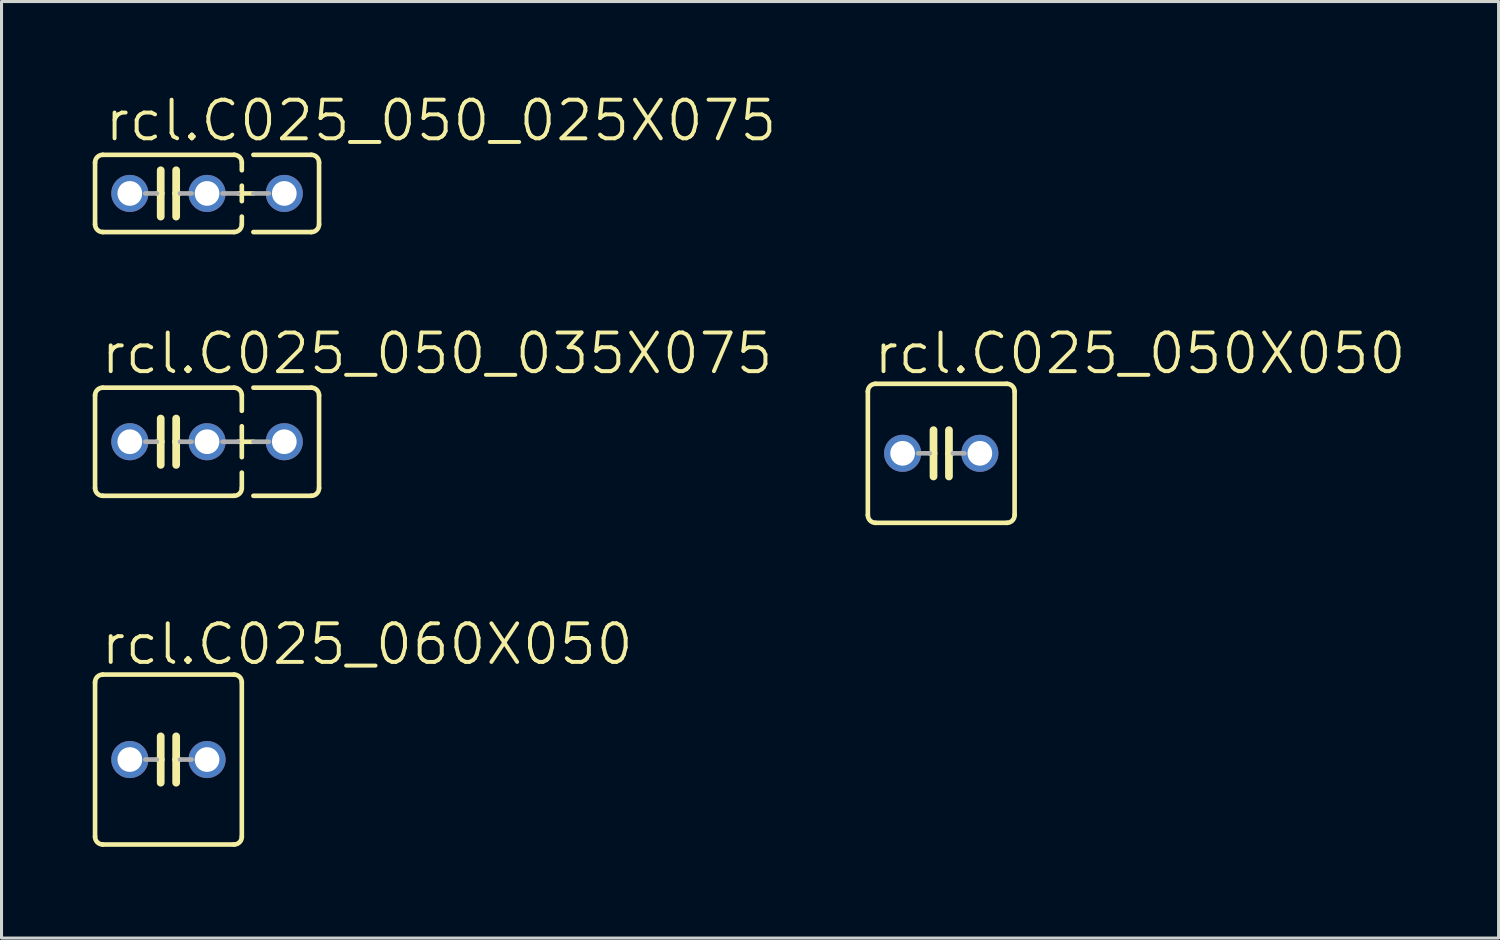
<source format=kicad_pcb>
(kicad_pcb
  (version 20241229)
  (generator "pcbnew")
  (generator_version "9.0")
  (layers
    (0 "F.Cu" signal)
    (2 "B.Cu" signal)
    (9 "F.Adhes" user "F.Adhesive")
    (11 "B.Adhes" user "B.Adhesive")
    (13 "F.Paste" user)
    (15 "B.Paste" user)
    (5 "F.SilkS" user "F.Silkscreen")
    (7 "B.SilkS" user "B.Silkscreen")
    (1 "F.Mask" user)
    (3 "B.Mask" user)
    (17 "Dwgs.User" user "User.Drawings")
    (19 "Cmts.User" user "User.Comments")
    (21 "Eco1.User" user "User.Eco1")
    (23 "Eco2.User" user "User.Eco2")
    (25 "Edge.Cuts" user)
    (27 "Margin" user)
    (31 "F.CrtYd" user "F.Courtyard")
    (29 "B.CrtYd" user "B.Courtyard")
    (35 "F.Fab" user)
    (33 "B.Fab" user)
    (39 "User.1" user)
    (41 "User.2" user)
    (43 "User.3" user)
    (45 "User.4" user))
  (footprint "rcl.C025_060X050"
    (layer "F.Cu")
    (at 2.489 21.927)
    (property "Reference" "rcl.C025_060X050" (at -2.286 -3.048 0) (layer "F.SilkS") (effects (font (size 1.27 1.27) (thickness 0.13)) (justify left bottom)))
    (attr through_hole)
    (fp_line (start -2.413 -2.54) (end -2.413 2.54) (stroke (width 0.152) (type default)) (layer "F.SilkS"))
    (fp_line (start -2.159 -2.794) (end 2.159 -2.794) (stroke (width 0.152) (type default)) (layer "F.SilkS"))
    (fp_line (start -0.254 -0.762) (end -0.254 0) (stroke (width 0.254) (type default)) (layer "F.SilkS"))
    (fp_line (start -0.254 0) (end -0.381 0) (stroke (width 0.152) (type default)) (layer "F.SilkS"))
    (fp_line (start -0.254 0) (end -0.254 0.762) (stroke (width 0.254) (type default)) (layer "F.SilkS"))
    (fp_line (start 0.254 0) (end 0.254 -0.762) (stroke (width 0.254) (type default)) (layer "F.SilkS"))
    (fp_line (start 0.254 0) (end 0.254 0.762) (stroke (width 0.254) (type default)) (layer "F.SilkS"))
    (fp_line (start 0.381 0) (end 0.254 0) (stroke (width 0.152) (type default)) (layer "F.SilkS"))
    (fp_line (start 2.159 2.794) (end -2.159 2.794) (stroke (width 0.152) (type default)) (layer "F.SilkS"))
    (fp_line (start 2.413 -2.54) (end 2.413 2.54) (stroke (width 0.152) (type default)) (layer "F.SilkS"))
    (fp_arc (start -2.413 -2.54) (mid -2.338605 -2.719605) (end -2.159 -2.794) (stroke (width 0.1524) (type default)) (layer "F.SilkS"))
    (fp_arc (start -2.159 2.794) (mid -2.338605 2.719605) (end -2.413 2.54) (stroke (width 0.1524) (type default)) (layer "F.SilkS"))
    (fp_arc (start 2.159 -2.794) (mid 2.338605 -2.719605) (end 2.413 -2.54) (stroke (width 0.1524) (type default)) (layer "F.SilkS"))
    (fp_arc (start 2.413 2.54) (mid 2.338605 2.719605) (end 2.159 2.794) (stroke (width 0.1524) (type default)) (layer "F.SilkS"))
    (fp_line (start -0.381 0) (end -0.762 0) (stroke (width 0.152) (type default)) (layer "F.Fab"))
    (fp_line (start 0.762 0) (end 0.381 0) (stroke (width 0.152) (type default)) (layer "F.Fab"))
    (pad "1" thru_hole circle (at -1.27 0) (size 1.219 1.219) (drill 0.813) (layers "*.Cu" "*.Mask"))
    (pad "2" thru_hole circle (at 1.27 0) (size 1.219 1.219) (drill 0.813) (layers "*.Cu" "*.Mask")))
  (footprint "rcl.C025_050_025X075"
    (layer "F.Cu")
    (at 2.489 3.311)
    (property "Reference" "rcl.C025_050_025X075" (at -2.159 -1.651 0) (layer "F.SilkS") (effects (font (size 1.27 1.27) (thickness 0.13)) (justify left bottom)))
    (attr through_hole)
    (fp_line (start -2.413 -1.016) (end -2.413 1.016) (stroke (width 0.152) (type default)) (layer "F.SilkS"))
    (fp_line (start -2.159 -1.27) (end 2.159 -1.27) (stroke (width 0.152) (type default)) (layer "F.SilkS"))
    (fp_line (start -0.254 -0.762) (end -0.254 0) (stroke (width 0.254) (type default)) (layer "F.SilkS"))
    (fp_line (start -0.254 0) (end -0.381 0) (stroke (width 0.152) (type default)) (layer "F.SilkS"))
    (fp_line (start -0.254 0) (end -0.254 0.762) (stroke (width 0.254) (type default)) (layer "F.SilkS"))
    (fp_line (start 0.254 0) (end 0.254 -0.762) (stroke (width 0.254) (type default)) (layer "F.SilkS"))
    (fp_line (start 0.254 0) (end 0.254 0.762) (stroke (width 0.254) (type default)) (layer "F.SilkS"))
    (fp_line (start 0.381 0) (end 0.254 0) (stroke (width 0.152) (type default)) (layer "F.SilkS"))
    (fp_line (start 2.159 1.27) (end -2.159 1.27) (stroke (width 0.152) (type default)) (layer "F.SilkS"))
    (fp_line (start 2.286 0) (end 2.794 0) (stroke (width 0.152) (type default)) (layer "F.SilkS"))
    (fp_line (start 2.413 -1.016) (end 2.413 -0.762) (stroke (width 0.152) (type default)) (layer "F.SilkS"))
    (fp_line (start 2.413 -0.254) (end 2.413 0.254) (stroke (width 0.152) (type default)) (layer "F.SilkS"))
    (fp_line (start 2.413 0.762) (end 2.413 1.016) (stroke (width 0.152) (type default)) (layer "F.SilkS"))
    (fp_line (start 2.794 -1.27) (end 4.699 -1.27) (stroke (width 0.152) (type default)) (layer "F.SilkS"))
    (fp_line (start 4.699 1.27) (end 2.794 1.27) (stroke (width 0.152) (type default)) (layer "F.SilkS"))
    (fp_line (start 4.953 -1.016) (end 4.953 1.016) (stroke (width 0.152) (type default)) (layer "F.SilkS"))
    (fp_arc (start -2.413 -1.016) (mid -2.338605 -1.195605) (end -2.159 -1.27) (stroke (width 0.1524) (type default)) (layer "F.SilkS"))
    (fp_arc (start -2.159 1.27) (mid -2.338605 1.195605) (end -2.413 1.016) (stroke (width 0.1524) (type default)) (layer "F.SilkS"))
    (fp_arc (start 2.159 -1.27) (mid 2.338605 -1.195605) (end 2.413 -1.016) (stroke (width 0.1524) (type default)) (layer "F.SilkS"))
    (fp_arc (start 2.413 1.016) (mid 2.338605 1.195605) (end 2.159 1.27) (stroke (width 0.1524) (type default)) (layer "F.SilkS"))
    (fp_arc (start 4.699 -1.27) (mid 4.878605 -1.195605) (end 4.953 -1.016) (stroke (width 0.1524) (type default)) (layer "F.SilkS"))
    (fp_arc (start 4.953 1.016) (mid 4.878605 1.195605) (end 4.699 1.27) (stroke (width 0.1524) (type default)) (layer "F.SilkS"))
    (fp_line (start -0.381 0) (end -0.762 0) (stroke (width 0.152) (type default)) (layer "F.Fab"))
    (fp_line (start 0.762 0) (end 0.381 0) (stroke (width 0.152) (type default)) (layer "F.Fab"))
    (fp_line (start 1.778 0) (end 2.286 0) (stroke (width 0.152) (type default)) (layer "F.Fab"))
    (fp_line (start 2.794 0) (end 3.302 0) (stroke (width 0.152) (type default)) (layer "F.Fab"))
    (pad "1" thru_hole circle (at -1.27 0) (size 1.219 1.219) (drill 0.813) (layers "*.Cu" "*.Mask"))
    (pad "2" thru_hole circle (at 1.27 0) (size 1.219 1.219) (drill 0.813) (layers "*.Cu" "*.Mask"))
    (pad "3" thru_hole circle (at 3.81 0) (size 1.219 1.219) (drill 0.813) (layers "*.Cu" "*.Mask")))
  (footprint "rcl.C025_050X050"
    (layer "F.Cu")
    (at 27.902 11.857)
    (property "Reference" "rcl.C025_050X050" (at -2.286 -2.54 0) (layer "F.SilkS") (effects (font (size 1.27 1.27) (thickness 0.13)) (justify left bottom)))
    (attr through_hole)
    (fp_line (start -2.413 -2.032) (end -2.413 2.032) (stroke (width 0.152) (type default)) (layer "F.SilkS"))
    (fp_line (start -2.159 -2.286) (end 2.159 -2.286) (stroke (width 0.152) (type default)) (layer "F.SilkS"))
    (fp_line (start -0.254 -0.762) (end -0.254 0) (stroke (width 0.254) (type default)) (layer "F.SilkS"))
    (fp_line (start -0.254 0) (end -0.381 0) (stroke (width 0.152) (type default)) (layer "F.SilkS"))
    (fp_line (start -0.254 0) (end -0.254 0.762) (stroke (width 0.254) (type default)) (layer "F.SilkS"))
    (fp_line (start 0.254 0) (end 0.254 -0.762) (stroke (width 0.254) (type default)) (layer "F.SilkS"))
    (fp_line (start 0.254 0) (end 0.254 0.762) (stroke (width 0.254) (type default)) (layer "F.SilkS"))
    (fp_line (start 0.381 0) (end 0.254 0) (stroke (width 0.152) (type default)) (layer "F.SilkS"))
    (fp_line (start 2.159 2.286) (end -2.159 2.286) (stroke (width 0.152) (type default)) (layer "F.SilkS"))
    (fp_line (start 2.413 -2.032) (end 2.413 2.032) (stroke (width 0.152) (type default)) (layer "F.SilkS"))
    (fp_arc (start -2.413 -2.032) (mid -2.338605 -2.211605) (end -2.159 -2.286) (stroke (width 0.1524) (type default)) (layer "F.SilkS"))
    (fp_arc (start -2.159 2.286) (mid -2.338605 2.211605) (end -2.413 2.032) (stroke (width 0.1524) (type default)) (layer "F.SilkS"))
    (fp_arc (start 2.159 -2.286) (mid 2.338605 -2.211605) (end 2.413 -2.032) (stroke (width 0.1524) (type default)) (layer "F.SilkS"))
    (fp_arc (start 2.413 2.032) (mid 2.338605 2.211605) (end 2.159 2.286) (stroke (width 0.1524) (type default)) (layer "F.SilkS"))
    (fp_line (start -0.381 0) (end -0.762 0) (stroke (width 0.152) (type default)) (layer "F.Fab"))
    (fp_line (start 0.762 0) (end 0.381 0) (stroke (width 0.152) (type default)) (layer "F.Fab"))
    (pad "1" thru_hole circle (at -1.27 0) (size 1.219 1.219) (drill 0.813) (layers "*.Cu" "*.Mask"))
    (pad "2" thru_hole circle (at 1.27 0) (size 1.219 1.219) (drill 0.813) (layers "*.Cu" "*.Mask")))
  (footprint "rcl.C025_050_035X075"
    (layer "F.Cu")
    (at 2.489 11.476)
    (property "Reference" "rcl.C025_050_035X075" (at -2.286 -2.159 0) (layer "F.SilkS") (effects (font (size 1.27 1.27) (thickness 0.13)) (justify left bottom)))
    (attr through_hole)
    (fp_line (start -2.413 -1.524) (end -2.413 1.524) (stroke (width 0.152) (type default)) (layer "F.SilkS"))
    (fp_line (start -2.159 -1.778) (end 2.159 -1.778) (stroke (width 0.152) (type default)) (layer "F.SilkS"))
    (fp_line (start -0.254 -0.762) (end -0.254 0) (stroke (width 0.254) (type default)) (layer "F.SilkS"))
    (fp_line (start -0.254 0) (end -0.381 0) (stroke (width 0.152) (type default)) (layer "F.SilkS"))
    (fp_line (start -0.254 0) (end -0.254 0.762) (stroke (width 0.254) (type default)) (layer "F.SilkS"))
    (fp_line (start 0.254 0) (end 0.254 -0.762) (stroke (width 0.254) (type default)) (layer "F.SilkS"))
    (fp_line (start 0.254 0) (end 0.254 0.762) (stroke (width 0.254) (type default)) (layer "F.SilkS"))
    (fp_line (start 0.381 0) (end 0.254 0) (stroke (width 0.152) (type default)) (layer "F.SilkS"))
    (fp_line (start 2.159 1.778) (end -2.159 1.778) (stroke (width 0.152) (type default)) (layer "F.SilkS"))
    (fp_line (start 2.286 0) (end 2.794 0) (stroke (width 0.152) (type default)) (layer "F.SilkS"))
    (fp_line (start 2.413 -1.524) (end 2.413 -1.016) (stroke (width 0.152) (type default)) (layer "F.SilkS"))
    (fp_line (start 2.413 -0.508) (end 2.413 0.508) (stroke (width 0.152) (type default)) (layer "F.SilkS"))
    (fp_line (start 2.413 1.016) (end 2.413 1.524) (stroke (width 0.152) (type default)) (layer "F.SilkS"))
    (fp_line (start 2.794 -1.778) (end 4.699 -1.778) (stroke (width 0.152) (type default)) (layer "F.SilkS"))
    (fp_line (start 4.699 1.778) (end 2.794 1.778) (stroke (width 0.152) (type default)) (layer "F.SilkS"))
    (fp_line (start 4.953 -1.524) (end 4.953 1.524) (stroke (width 0.152) (type default)) (layer "F.SilkS"))
    (fp_arc (start -2.413 -1.524) (mid -2.338605 -1.703605) (end -2.159 -1.778) (stroke (width 0.1524) (type default)) (layer "F.SilkS"))
    (fp_arc (start -2.159 1.778) (mid -2.338605 1.703605) (end -2.413 1.524) (stroke (width 0.1524) (type default)) (layer "F.SilkS"))
    (fp_arc (start 2.159 -1.778) (mid 2.338605 -1.703605) (end 2.413 -1.524) (stroke (width 0.1524) (type default)) (layer "F.SilkS"))
    (fp_arc (start 2.413 1.524) (mid 2.338605 1.703605) (end 2.159 1.778) (stroke (width 0.1524) (type default)) (layer "F.SilkS"))
    (fp_arc (start 4.699 -1.778) (mid 4.878605 -1.703605) (end 4.953 -1.524) (stroke (width 0.1524) (type default)) (layer "F.SilkS"))
    (fp_arc (start 4.953 1.524) (mid 4.878605 1.703605) (end 4.699 1.778) (stroke (width 0.1524) (type default)) (layer "F.SilkS"))
    (fp_line (start -0.381 0) (end -0.762 0) (stroke (width 0.152) (type default)) (layer "F.Fab"))
    (fp_line (start 0.381 0) (end 0.762 0) (stroke (width 0.152) (type default)) (layer "F.Fab"))
    (fp_line (start 2.286 0) (end 1.778 0) (stroke (width 0.152) (type default)) (layer "F.Fab"))
    (fp_line (start 2.794 0) (end 3.302 0) (stroke (width 0.152) (type default)) (layer "F.Fab"))
    (pad "1" thru_hole circle (at -1.27 0) (size 1.219 1.219) (drill 0.813) (layers "*.Cu" "*.Mask"))
    (pad "2" thru_hole circle (at 1.27 0) (size 1.219 1.219) (drill 0.813) (layers "*.Cu" "*.Mask"))
    (pad "3" thru_hole circle (at 3.81 0) (size 1.219 1.219) (drill 0.813) (layers "*.Cu" "*.Mask")))
  (gr_rect
    (start -3 -3)
    (end 46.23 27.798)
    (stroke (width 0.1) (type default))
    (fill no)
    (layer "Edge.Cuts")))
</source>
